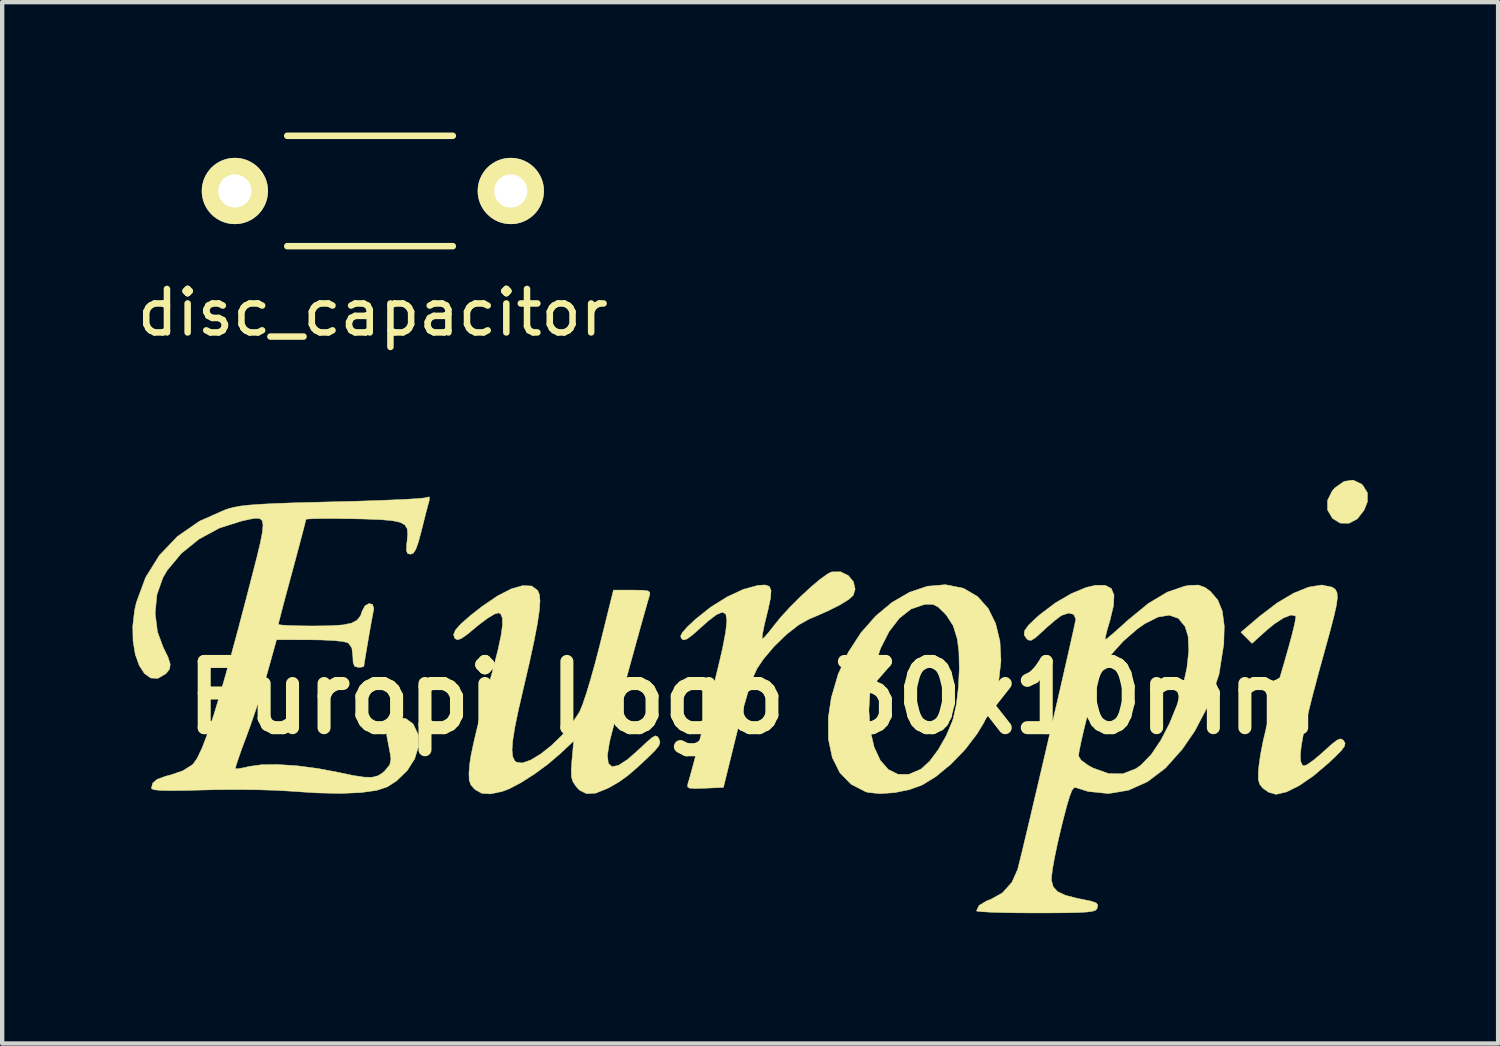
<source format=kicad_pcb>
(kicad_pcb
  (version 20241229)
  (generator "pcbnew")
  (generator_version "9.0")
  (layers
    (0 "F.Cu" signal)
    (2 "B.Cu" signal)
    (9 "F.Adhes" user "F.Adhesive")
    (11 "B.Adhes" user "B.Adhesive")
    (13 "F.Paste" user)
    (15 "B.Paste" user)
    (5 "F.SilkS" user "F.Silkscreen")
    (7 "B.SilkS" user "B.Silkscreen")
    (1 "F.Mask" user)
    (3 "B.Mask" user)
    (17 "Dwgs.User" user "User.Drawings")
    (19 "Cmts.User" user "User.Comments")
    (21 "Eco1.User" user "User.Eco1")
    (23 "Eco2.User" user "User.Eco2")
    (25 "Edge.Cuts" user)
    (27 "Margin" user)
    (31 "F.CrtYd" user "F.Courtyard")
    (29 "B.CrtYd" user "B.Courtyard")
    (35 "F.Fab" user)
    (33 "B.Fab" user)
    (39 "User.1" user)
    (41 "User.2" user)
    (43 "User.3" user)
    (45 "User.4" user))
  (footprint "Europi Logo 30x10mm"
    (layer "F.Cu")
    (at 14.277 13.006)
    (property "Reference" "Europi Logo 30x10mm" (at 0 0 0) (layer "F.SilkS") (effects (font (size 1.524 1.524) (thickness 0.3))))
    (attr through_hole)
    (fp_poly (pts (xy 14.005 -4.916) (xy 14.034 -4.889) (xy 14.142 -4.714) (xy 14.14 -4.507) (xy 14.065 -4.317) (xy 13.909 -4.116) (xy 13.716 -4.014) (xy 13.513 -4.018) (xy 13.335 -4.128) (xy 13.223 -4.32) (xy 13.222 -4.54) (xy 13.331 -4.76) (xy 13.394 -4.831) (xy 13.605 -4.979) (xy 13.813 -5.008) (xy 14.005 -4.916)) (stroke (width 0.01) (type solid)) (fill yes) (layer "F.SilkS"))
    (fp_poly (pts (xy 13.325 -2.545) (xy 13.339 -2.538) (xy 13.404 -2.49) (xy 13.441 -2.418) (xy 13.45 -2.305) (xy 13.428 -2.133) (xy 13.373 -1.886) (xy 13.284 -1.545) (xy 13.207 -1.264) (xy 13.019 -0.582) (xy 12.868 -0.012) (xy 12.752 0.454) (xy 12.669 0.826) (xy 12.618 1.112) (xy 12.597 1.321) (xy 12.604 1.462) (xy 12.638 1.543) (xy 12.677 1.57) (xy 12.754 1.54) (xy 12.896 1.441) (xy 13.074 1.292) (xy 13.13 1.241) (xy 13.32 1.07) (xy 13.443 0.975) (xy 13.52 0.946) (xy 13.574 0.97) (xy 13.596 0.993) (xy 13.627 1.051) (xy 13.61 1.121) (xy 13.534 1.222) (xy 13.383 1.373) (xy 13.241 1.507) (xy 12.898 1.798) (xy 12.572 2.022) (xy 12.282 2.167) (xy 12.048 2.222) (xy 12.035 2.223) (xy 11.873 2.178) (xy 11.739 2.087) (xy 11.663 1.994) (xy 11.63 1.883) (xy 11.631 1.714) (xy 11.643 1.577) (xy 11.679 1.316) (xy 11.739 1.006) (xy 11.827 0.631) (xy 11.946 0.177) (xy 12.099 -0.371) (xy 12.236 -0.841) (xy 12.332 -1.178) (xy 12.411 -1.471) (xy 12.466 -1.7) (xy 12.492 -1.843) (xy 12.491 -1.881) (xy 12.384 -1.903) (xy 12.212 -1.838) (xy 11.993 -1.695) (xy 11.814 -1.547) (xy 11.485 -1.25) (xy 11.229 -1.507) (xy 11.662 -1.875) (xy 12.063 -2.181) (xy 12.443 -2.406) (xy 12.789 -2.546) (xy 13.088 -2.594) (xy 13.325 -2.545)) (stroke (width 0.01) (type solid)) (fill yes) (layer "F.SilkS"))
    (fp_poly (pts (xy 4.826 -2.523) (xy 4.854 -2.513) (xy 5.169 -2.329) (xy 5.413 -2.055) (xy 5.585 -1.706) (xy 5.684 -1.301) (xy 5.708 -0.854) (xy 5.656 -0.382) (xy 5.525 0.098) (xy 5.316 0.57) (xy 5.162 0.826) (xy 4.884 1.19) (xy 4.554 1.531) (xy 4.207 1.817) (xy 3.898 2.007) (xy 3.602 2.115) (xy 3.264 2.184) (xy 2.931 2.208) (xy 2.651 2.18) (xy 2.598 2.166) (xy 2.26 1.993) (xy 2.001 1.728) (xy 1.826 1.378) (xy 1.736 0.951) (xy 1.735 0.455) (xy 1.76 0.29) (xy 2.668 0.29) (xy 2.699 0.751) (xy 2.789 1.137) (xy 2.93 1.44) (xy 3.115 1.651) (xy 3.336 1.762) (xy 3.585 1.764) (xy 3.855 1.649) (xy 3.88 1.633) (xy 4.071 1.456) (xy 4.267 1.192) (xy 4.447 0.877) (xy 4.586 0.547) (xy 4.61 0.476) (xy 4.682 0.15) (xy 4.729 -0.247) (xy 4.749 -0.665) (xy 4.74 -1.056) (xy 4.703 -1.35) (xy 4.608 -1.656) (xy 4.453 -1.897) (xy 4.409 -1.945) (xy 4.267 -2.084) (xy 4.152 -2.145) (xy 4.011 -2.15) (xy 3.929 -2.141) (xy 3.637 -2.04) (xy 3.368 -1.828) (xy 3.132 -1.521) (xy 2.936 -1.134) (xy 2.788 -0.683) (xy 2.696 -0.182) (xy 2.668 0.29) (xy 1.76 0.29) (xy 1.803 0) (xy 1.962 -0.544) (xy 2.194 -1.046) (xy 2.486 -1.495) (xy 2.827 -1.882) (xy 3.204 -2.196) (xy 3.605 -2.428) (xy 4.017 -2.566) (xy 4.428 -2.601) (xy 4.826 -2.523)) (stroke (width 0.01) (type solid)) (fill yes) (layer "F.SilkS"))
    (fp_poly (pts (xy 2.192 -2.813) (xy 2.312 -2.671) (xy 2.352 -2.499) (xy 2.308 -2.356) (xy 2.206 -2.262) (xy 2.006 -2.139) (xy 1.729 -1.999) (xy 1.396 -1.853) (xy 1.302 -1.815) (xy 1.052 -1.675) (xy 0.77 -1.455) (xy 0.49 -1.183) (xy 0.242 -0.89) (xy 0.094 -0.67) (xy 0.001 -0.467) (xy -0.109 -0.146) (xy -0.234 0.284) (xy -0.372 0.816) (xy -0.379 0.845) (xy -0.679 2.064) (xy -1.107 2.083) (xy -1.333 2.09) (xy -1.457 2.081) (xy -1.505 2.051) (xy -1.5 1.993) (xy -1.499 1.987) (xy -1.447 1.81) (xy -1.372 1.535) (xy -1.28 1.186) (xy -1.176 0.789) (xy -1.068 0.368) (xy -0.962 -0.051) (xy -0.864 -0.444) (xy -0.781 -0.785) (xy -0.719 -1.05) (xy -0.701 -1.129) (xy -0.628 -1.508) (xy -0.6 -1.771) (xy -0.623 -1.924) (xy -0.701 -1.969) (xy -0.838 -1.913) (xy -1.039 -1.759) (xy -1.195 -1.619) (xy -1.389 -1.446) (xy -1.516 -1.353) (xy -1.595 -1.329) (xy -1.645 -1.358) (xy -1.664 -1.419) (xy -1.62 -1.506) (xy -1.501 -1.637) (xy -1.321 -1.806) (xy -0.968 -2.087) (xy -0.589 -2.323) (xy -0.218 -2.495) (xy 0.111 -2.584) (xy 0.118 -2.585) (xy 0.278 -2.595) (xy 0.376 -2.563) (xy 0.417 -2.47) (xy 0.406 -2.299) (xy 0.349 -2.031) (xy 0.318 -1.906) (xy 0.26 -1.666) (xy 0.222 -1.476) (xy 0.209 -1.368) (xy 0.211 -1.355) (xy 0.26 -1.387) (xy 0.358 -1.498) (xy 0.467 -1.638) (xy 0.638 -1.85) (xy 0.855 -2.086) (xy 1.094 -2.325) (xy 1.334 -2.547) (xy 1.552 -2.73) (xy 1.726 -2.854) (xy 1.813 -2.896) (xy 2.018 -2.897) (xy 2.192 -2.813)) (stroke (width 0.01) (type solid)) (fill yes) (layer "F.SilkS"))
    (fp_poly (pts (xy -5.088 -2.57) (xy -4.954 -2.469) (xy -4.914 -2.374) (xy -4.9 -2.231) (xy -4.915 -2.012) (xy -4.96 -1.707) (xy -5.036 -1.308) (xy -5.145 -0.805) (xy -5.28 -0.224) (xy -5.397 0.282) (xy -5.479 0.679) (xy -5.527 0.982) (xy -5.544 1.202) (xy -5.529 1.353) (xy -5.485 1.448) (xy -5.445 1.483) (xy -5.307 1.502) (xy -5.113 1.434) (xy -4.884 1.295) (xy -4.638 1.101) (xy -4.397 0.868) (xy -4.179 0.612) (xy -4.004 0.348) (xy -3.982 0.308) (xy -3.919 0.155) (xy -3.834 -0.098) (xy -3.735 -0.425) (xy -3.63 -0.801) (xy -3.526 -1.202) (xy -3.519 -1.231) (xy -3.21 -2.477) (xy -2.775 -2.477) (xy -2.547 -2.473) (xy -2.421 -2.459) (xy -2.372 -2.426) (xy -2.376 -2.367) (xy -2.378 -2.36) (xy -2.423 -2.21) (xy -2.493 -1.962) (xy -2.584 -1.638) (xy -2.689 -1.259) (xy -2.802 -0.849) (xy -2.916 -0.43) (xy -3.027 -0.023) (xy -3.127 0.349) (xy -3.21 0.664) (xy -3.272 0.9) (xy -3.303 1.03) (xy -3.349 1.324) (xy -3.328 1.51) (xy -3.243 1.588) (xy -3.092 1.556) (xy -2.878 1.416) (xy -2.635 1.201) (xy -2.441 1.019) (xy -2.317 0.914) (xy -2.242 0.877) (xy -2.196 0.895) (xy -2.164 0.943) (xy -2.139 1.022) (xy -2.166 1.106) (xy -2.259 1.221) (xy -2.429 1.388) (xy -2.691 1.63) (xy -2.896 1.804) (xy -3.076 1.933) (xy -3.263 2.043) (xy -3.347 2.087) (xy -3.618 2.196) (xy -3.826 2.21) (xy -3.992 2.127) (xy -4.066 2.048) (xy -4.14 1.939) (xy -4.176 1.824) (xy -4.181 1.661) (xy -4.165 1.435) (xy -4.125 0.996) (xy -4.44 1.291) (xy -4.717 1.528) (xy -5.027 1.755) (xy -5.336 1.953) (xy -5.612 2.098) (xy -5.772 2.158) (xy -6.044 2.214) (xy -6.24 2.201) (xy -6.392 2.115) (xy -6.422 2.087) (xy -6.495 1.999) (xy -6.53 1.895) (xy -6.535 1.737) (xy -6.519 1.531) (xy -6.49 1.338) (xy -6.43 1.049) (xy -6.346 0.694) (xy -6.245 0.298) (xy -6.133 -0.11) (xy -6.128 -0.126) (xy -5.977 -0.669) (xy -5.867 -1.103) (xy -5.796 -1.436) (xy -5.763 -1.678) (xy -5.767 -1.839) (xy -5.806 -1.928) (xy -5.853 -1.954) (xy -5.948 -1.925) (xy -6.108 -1.828) (xy -6.306 -1.68) (xy -6.371 -1.626) (xy -6.576 -1.457) (xy -6.71 -1.363) (xy -6.794 -1.333) (xy -6.849 -1.356) (xy -6.862 -1.37) (xy -6.89 -1.451) (xy -6.846 -1.556) (xy -6.722 -1.697) (xy -6.509 -1.884) (xy -6.234 -2.1) (xy -5.876 -2.344) (xy -5.56 -2.505) (xy -5.293 -2.581) (xy -5.088 -2.57)) (stroke (width 0.01) (type solid)) (fill yes) (layer "F.SilkS"))
    (fp_poly (pts (xy 10.405 -2.537) (xy 10.527 -2.447) (xy 10.697 -2.249) (xy 10.802 -1.989) (xy 10.846 -1.649) (xy 10.835 -1.236) (xy 10.726 -0.54) (xy 10.505 0.124) (xy 10.165 0.771) (xy 9.875 1.191) (xy 9.492 1.62) (xy 9.078 1.934) (xy 8.638 2.13) (xy 8.182 2.206) (xy 7.715 2.158) (xy 7.428 2.068) (xy 7.385 2.074) (xy 7.34 2.136) (xy 7.288 2.27) (xy 7.222 2.49) (xy 7.138 2.812) (xy 7.09 3.007) (xy 7.008 3.358) (xy 6.94 3.683) (xy 6.892 3.953) (xy 6.87 4.141) (xy 6.869 4.198) (xy 6.909 4.349) (xy 7.009 4.461) (xy 7.19 4.547) (xy 7.473 4.619) (xy 7.561 4.636) (xy 7.779 4.681) (xy 7.896 4.72) (xy 7.935 4.767) (xy 7.922 4.839) (xy 7.916 4.855) (xy 7.888 4.888) (xy 7.823 4.913) (xy 7.705 4.93) (xy 7.519 4.942) (xy 7.25 4.949) (xy 6.881 4.952) (xy 6.511 4.953) (xy 6.11 4.951) (xy 5.755 4.945) (xy 5.465 4.936) (xy 5.259 4.924) (xy 5.154 4.911) (xy 5.144 4.905) (xy 5.204 4.78) (xy 5.38 4.675) (xy 5.475 4.64) (xy 5.743 4.49) (xy 5.959 4.248) (xy 6.092 3.95) (xy 6.134 3.782) (xy 6.199 3.518) (xy 6.281 3.173) (xy 6.379 2.763) (xy 6.487 2.301) (xy 6.604 1.805) (xy 6.712 1.342) (xy 7.493 1.342) (xy 7.55 1.436) (xy 7.707 1.552) (xy 7.826 1.618) (xy 8.183 1.746) (xy 8.509 1.751) (xy 8.811 1.634) (xy 8.934 1.547) (xy 9.167 1.305) (xy 9.387 0.978) (xy 9.587 0.591) (xy 9.759 0.168) (xy 9.895 -0.269) (xy 9.988 -0.694) (xy 10.03 -1.084) (xy 10.014 -1.414) (xy 9.945 -1.637) (xy 9.791 -1.825) (xy 9.584 -1.899) (xy 9.325 -1.858) (xy 9.017 -1.703) (xy 8.849 -1.586) (xy 8.518 -1.298) (xy 8.232 -0.979) (xy 8.023 -0.662) (xy 7.97 -0.55) (xy 7.918 -0.401) (xy 7.849 -0.168) (xy 7.771 0.12) (xy 7.69 0.433) (xy 7.614 0.741) (xy 7.551 1.016) (xy 7.508 1.226) (xy 7.493 1.342) (xy 6.712 1.342) (xy 6.725 1.287) (xy 6.846 0.764) (xy 6.965 0.251) (xy 7.078 -0.237) (xy 7.18 -0.686) (xy 7.27 -1.08) (xy 7.343 -1.405) (xy 7.396 -1.644) (xy 7.425 -1.783) (xy 7.429 -1.812) (xy 7.382 -1.918) (xy 7.262 -1.948) (xy 7.104 -1.894) (xy 7.083 -1.881) (xy 6.95 -1.78) (xy 6.775 -1.63) (xy 6.659 -1.523) (xy 6.503 -1.382) (xy 6.405 -1.321) (xy 6.337 -1.327) (xy 6.298 -1.359) (xy 6.24 -1.446) (xy 6.251 -1.543) (xy 6.342 -1.669) (xy 6.523 -1.842) (xy 6.616 -1.922) (xy 6.963 -2.184) (xy 7.326 -2.395) (xy 7.67 -2.538) (xy 7.881 -2.587) (xy 8.103 -2.588) (xy 8.245 -2.516) (xy 8.309 -2.363) (xy 8.298 -2.12) (xy 8.216 -1.779) (xy 8.198 -1.72) (xy 8.141 -1.522) (xy 8.109 -1.383) (xy 8.109 -1.333) (xy 8.165 -1.374) (xy 8.294 -1.483) (xy 8.473 -1.642) (xy 8.625 -1.78) (xy 9.094 -2.166) (xy 9.533 -2.429) (xy 9.941 -2.569) (xy 10.053 -2.586) (xy 10.254 -2.592) (xy 10.405 -2.537)) (stroke (width 0.01) (type solid)) (fill yes) (layer "F.SilkS"))
    (fp_poly (pts (xy -7.446 -4.553) (xy -7.451 -4.534) (xy -7.482 -4.42) (xy -7.535 -4.218) (xy -7.598 -3.966) (xy -7.625 -3.858) (xy -7.698 -3.584) (xy -7.758 -3.414) (xy -7.815 -3.327) (xy -7.878 -3.302) (xy -7.879 -3.302) (xy -7.947 -3.318) (xy -7.974 -3.386) (xy -7.967 -3.539) (xy -7.959 -3.606) (xy -7.945 -3.768) (xy -7.957 -3.89) (xy -8.01 -3.977) (xy -8.119 -4.037) (xy -8.301 -4.075) (xy -8.569 -4.098) (xy -8.94 -4.112) (xy -9.217 -4.118) (xy -9.57 -4.123) (xy -9.873 -4.124) (xy -10.107 -4.12) (xy -10.251 -4.112) (xy -10.287 -4.103) (xy -10.303 -4.033) (xy -10.347 -3.86) (xy -10.415 -3.603) (xy -10.5 -3.283) (xy -10.598 -2.918) (xy -10.604 -2.895) (xy -10.703 -2.529) (xy -10.79 -2.205) (xy -10.858 -1.945) (xy -10.904 -1.766) (xy -10.922 -1.689) (xy -10.922 -1.688) (xy -10.862 -1.674) (xy -10.7 -1.663) (xy -10.458 -1.655) (xy -10.16 -1.651) (xy -10.111 -1.651) (xy -9.718 -1.656) (xy -9.432 -1.676) (xy -9.235 -1.717) (xy -9.108 -1.785) (xy -9.031 -1.884) (xy -8.991 -1.999) (xy -8.926 -2.117) (xy -8.834 -2.167) (xy -8.753 -2.147) (xy -8.724 -2.053) (xy -8.73 -2.016) (xy -8.752 -1.906) (xy -8.787 -1.715) (xy -8.829 -1.478) (xy -8.872 -1.226) (xy -8.911 -0.995) (xy -8.94 -0.817) (xy -8.953 -0.726) (xy -8.954 -0.722) (xy -9.007 -0.703) (xy -9.081 -0.699) (xy -9.164 -0.72) (xy -9.201 -0.807) (xy -9.207 -0.95) (xy -9.23 -1.145) (xy -9.306 -1.253) (xy -9.33 -1.268) (xy -9.44 -1.294) (xy -9.647 -1.315) (xy -9.92 -1.329) (xy -10.208 -1.333) (xy -10.963 -1.334) (xy -11.171 -0.587) (xy -11.287 -0.197) (xy -11.429 0.244) (xy -11.575 0.669) (xy -11.655 0.887) (xy -11.76 1.167) (xy -11.842 1.401) (xy -11.896 1.565) (xy -11.911 1.635) (xy -11.911 1.636) (xy -11.843 1.634) (xy -11.693 1.606) (xy -11.59 1.581) (xy -11.305 1.542) (xy -10.929 1.538) (xy -10.492 1.566) (xy -10.023 1.627) (xy -9.56 1.714) (xy -9.204 1.789) (xy -8.946 1.828) (xy -8.761 1.83) (xy -8.625 1.795) (xy -8.514 1.722) (xy -8.467 1.678) (xy -8.358 1.545) (xy -8.331 1.41) (xy -8.349 1.281) (xy -8.389 1.07) (xy -8.426 0.878) (xy -8.427 0.871) (xy -8.416 0.671) (xy -8.318 0.529) (xy -8.166 0.461) (xy -7.992 0.478) (xy -7.828 0.596) (xy -7.815 0.612) (xy -7.704 0.848) (xy -7.696 1.119) (xy -7.783 1.403) (xy -7.955 1.676) (xy -8.202 1.915) (xy -8.414 2.051) (xy -8.66 2.133) (xy -9.021 2.183) (xy -9.489 2.203) (xy -10.057 2.19) (xy -10.668 2.149) (xy -10.979 2.131) (xy -11.378 2.119) (xy -11.828 2.114) (xy -12.289 2.116) (xy -12.621 2.123) (xy -13.062 2.134) (xy -13.391 2.138) (xy -13.619 2.133) (xy -13.761 2.121) (xy -13.83 2.099) (xy -13.842 2.079) (xy -13.812 1.964) (xy -13.711 1.878) (xy -13.515 1.807) (xy -13.4 1.777) (xy -13.118 1.68) (xy -12.904 1.545) (xy -12.881 1.524) (xy -12.789 1.392) (xy -12.679 1.162) (xy -12.552 0.83) (xy -12.406 0.392) (xy -12.24 -0.156) (xy -12.052 -0.817) (xy -11.841 -1.596) (xy -11.66 -2.286) (xy -11.521 -2.823) (xy -11.412 -3.248) (xy -11.334 -3.574) (xy -11.288 -3.812) (xy -11.274 -3.975) (xy -11.293 -4.075) (xy -11.347 -4.122) (xy -11.434 -4.131) (xy -11.557 -4.112) (xy -11.716 -4.077) (xy -11.764 -4.067) (xy -12.274 -3.906) (xy -12.746 -3.651) (xy -13.156 -3.32) (xy -13.479 -2.932) (xy -13.578 -2.764) (xy -13.715 -2.375) (xy -13.757 -1.945) (xy -13.703 -1.515) (xy -13.572 -1.161) (xy -13.458 -0.928) (xy -13.41 -0.772) (xy -13.424 -0.661) (xy -13.497 -0.566) (xy -13.515 -0.55) (xy -13.693 -0.445) (xy -13.858 -0.453) (xy -14.004 -0.557) (xy -14.124 -0.744) (xy -14.214 -0.997) (xy -14.265 -1.303) (xy -14.272 -1.645) (xy -14.23 -2.01) (xy -14.19 -2.189) (xy -13.977 -2.767) (xy -13.66 -3.276) (xy -13.245 -3.71) (xy -12.739 -4.061) (xy -12.149 -4.323) (xy -12.065 -4.351) (xy -11.942 -4.383) (xy -11.79 -4.411) (xy -11.593 -4.433) (xy -11.337 -4.452) (xy -11.007 -4.469) (xy -10.589 -4.484) (xy -10.067 -4.498) (xy -9.684 -4.508) (xy -9.184 -4.52) (xy -8.721 -4.535) (xy -8.311 -4.551) (xy -7.972 -4.567) (xy -7.718 -4.582) (xy -7.567 -4.597) (xy -7.533 -4.604) (xy -7.448 -4.623) (xy -7.446 -4.553)) (stroke (width 0.01) (type solid)) (fill yes) (layer "F.SilkS")))
  (footprint "disc_capacitor"
    (layer "F.Cu")
    (at 5.53 1.345)
    (property "Reference" "disc_capacitor" (at 0 2.8 0) (layer "F.SilkS") (effects (font (size 1 1) (thickness 0.15))))
    (attr through_hole)
    (fp_line (start -1.97 -1.27) (end 1.84 -1.27) (stroke (width 0.15) (type solid)) (layer "F.SilkS"))
    (fp_line (start -1.97 1.27) (end 1.84 1.27) (stroke (width 0.15) (type solid)) (layer "F.SilkS"))
    (pad "1" thru_hole circle (at -3.175 0) (size 1.524 1.524) (drill 0.762) (layers "*.Cu" "*.Mask" "F.SilkS"))
    (pad "2" thru_hole circle (at 3.175 0) (size 1.524 1.524) (drill 0.762) (layers "*.Cu" "*.Mask" "F.SilkS")))
  (gr_rect
    (start -3 -3)
    (end 31.425 20.964)
    (stroke (width 0.1) (type default))
    (fill no)
    (layer "Edge.Cuts")))
</source>
